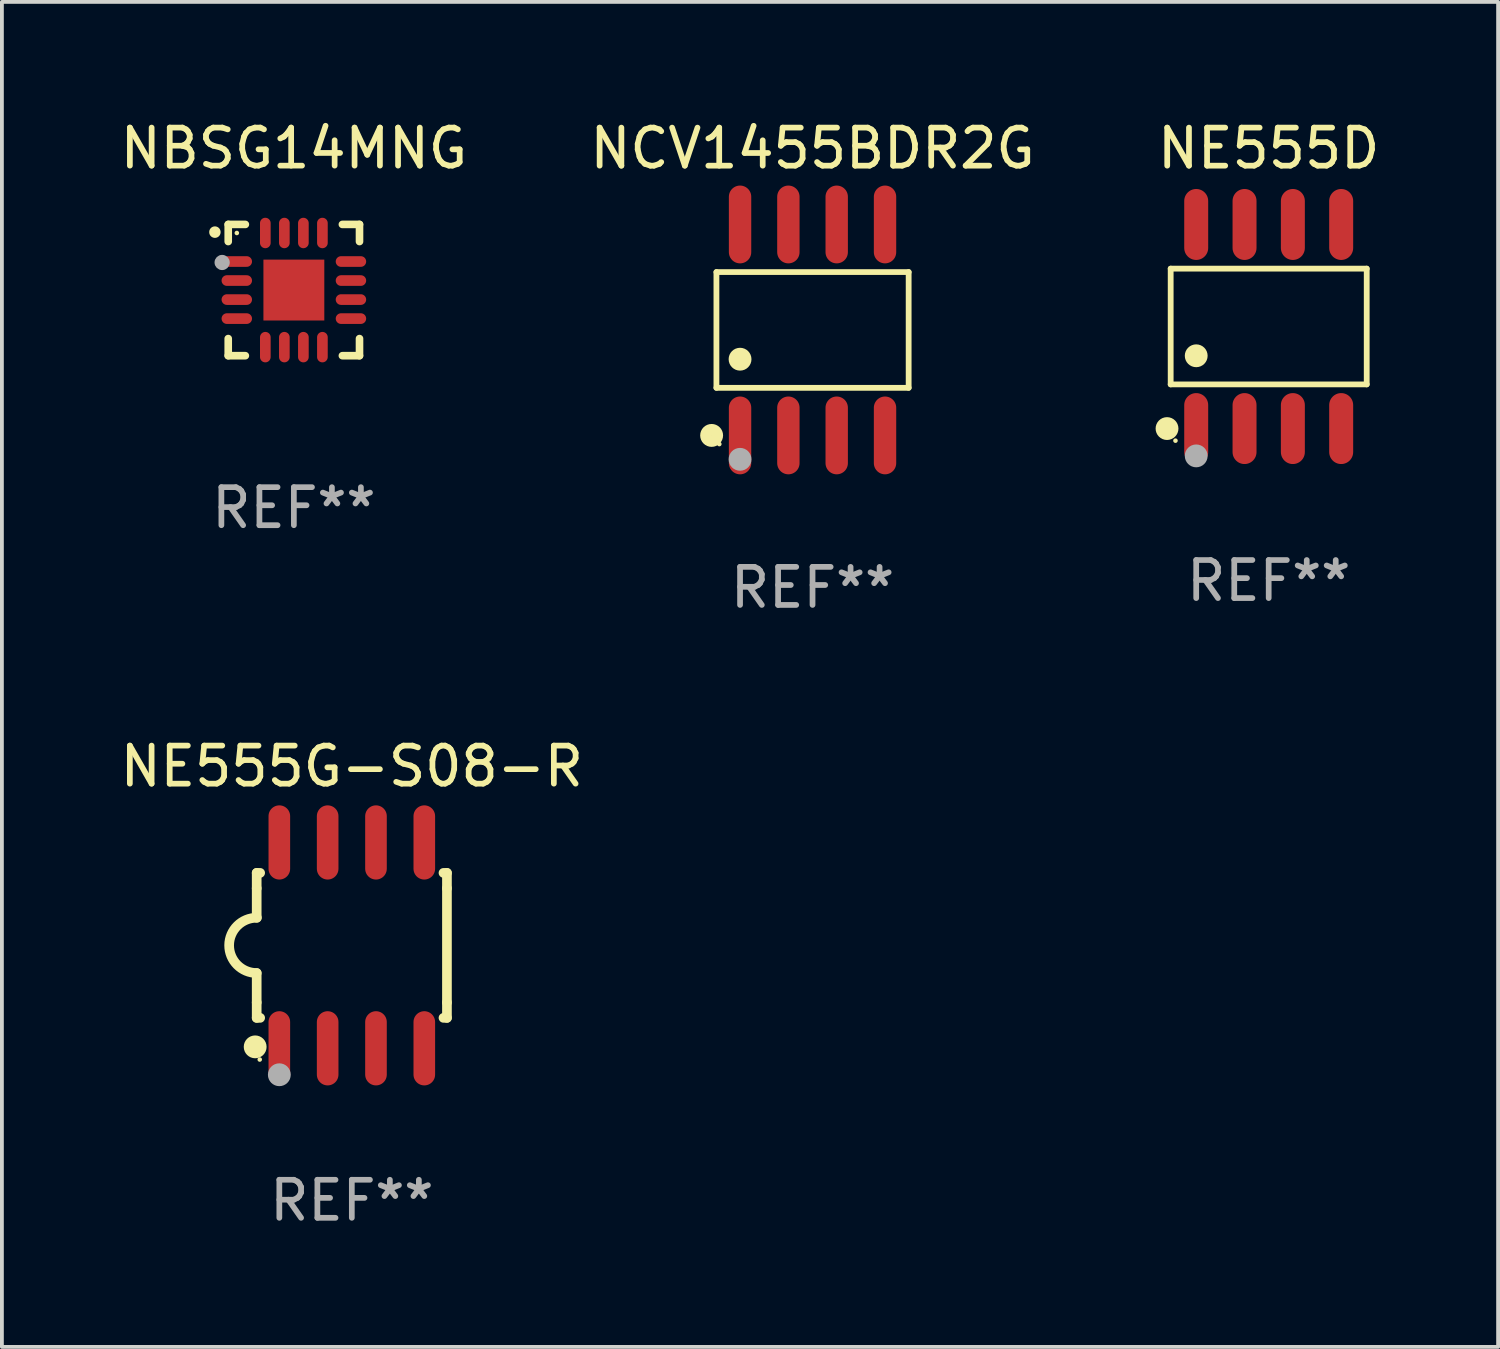
<source format=kicad_pcb>
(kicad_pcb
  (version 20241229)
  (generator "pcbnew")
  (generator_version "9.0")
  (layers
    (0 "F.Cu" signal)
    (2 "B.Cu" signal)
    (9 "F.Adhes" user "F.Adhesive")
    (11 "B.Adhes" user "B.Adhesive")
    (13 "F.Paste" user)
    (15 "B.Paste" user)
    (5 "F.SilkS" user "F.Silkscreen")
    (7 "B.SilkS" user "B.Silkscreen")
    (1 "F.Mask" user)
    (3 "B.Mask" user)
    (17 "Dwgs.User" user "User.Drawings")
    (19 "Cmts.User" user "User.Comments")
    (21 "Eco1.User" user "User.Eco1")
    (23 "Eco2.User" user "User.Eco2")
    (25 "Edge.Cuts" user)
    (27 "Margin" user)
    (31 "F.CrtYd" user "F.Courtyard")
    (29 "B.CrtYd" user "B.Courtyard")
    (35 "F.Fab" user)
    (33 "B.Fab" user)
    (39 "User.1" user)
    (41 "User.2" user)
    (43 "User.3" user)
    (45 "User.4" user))
  (footprint "NBSG14MNG"
    (layer "F.Cu")
    (at 4.673 4.573)
    (property "Reference" "NBSG14MNG" (at 0 -3.725 0) (layer "F.SilkS") (effects (font (size 1 1) (thickness 0.15))))
    (attr through_hole)
    (fp_line (start -1.725 -1.725) (end -1.275 -1.725) (stroke (width 0.2) (type solid)) (layer "F.SilkS"))
    (fp_line (start -1.725 -1.275) (end -1.725 -1.725) (stroke (width 0.2) (type solid)) (layer "F.SilkS"))
    (fp_line (start -1.725 1.725) (end -1.725 1.275) (stroke (width 0.2) (type solid)) (layer "F.SilkS"))
    (fp_line (start -1.275 1.725) (end -1.725 1.725) (stroke (width 0.2) (type solid)) (layer "F.SilkS"))
    (fp_line (start 1.275 -1.725) (end 1.725 -1.725) (stroke (width 0.2) (type solid)) (layer "F.SilkS"))
    (fp_line (start 1.275 1.725) (end 1.725 1.725) (stroke (width 0.2) (type solid)) (layer "F.SilkS"))
    (fp_line (start 1.725 -1.725) (end 1.725 -1.275) (stroke (width 0.2) (type solid)) (layer "F.SilkS"))
    (fp_line (start 1.725 1.725) (end 1.725 1.275) (stroke (width 0.2) (type solid)) (layer "F.SilkS"))
    (fp_arc (start -2.075184 -1.521463) (mid -2.075189 -1.522733) (end -2.075184 -1.524003) (stroke (width 0.3) (type solid)) (layer "F.SilkS"))
    (fp_circle (center -1.499 -1.5) (end -1.469 -1.5) (stroke (width 0.06) (type solid)) (fill no) (layer "F.SilkS"))
    (fp_circle (center -1.885 -0.725) (end -1.785 -0.725) (stroke (width 0.2) (type solid)) (fill no) (layer "F.Fab"))
    (fp_text user "REF**" (at 0 5.725 0) (layer "F.Fab") (effects (font (size 1 1) (thickness 0.15))))
    (pad "1" smd oval (at -1.5 -0.75 90) (size 0.28 0.8) (layers "F.Cu" "F.Mask" "F.Paste"))
    (pad "2" smd oval (at -1.5 -0.25 90) (size 0.28 0.8) (layers "F.Cu" "F.Mask" "F.Paste"))
    (pad "3" smd oval (at -1.5 0.25 90) (size 0.28 0.8) (layers "F.Cu" "F.Mask" "F.Paste"))
    (pad "4" smd oval (at -1.5 0.75 90) (size 0.28 0.8) (layers "F.Cu" "F.Mask" "F.Paste"))
    (pad "5" smd oval (at -0.75 1.5) (size 0.28 0.8) (layers "F.Cu" "F.Mask" "F.Paste"))
    (pad "6" smd oval (at -0.25 1.5) (size 0.28 0.8) (layers "F.Cu" "F.Mask" "F.Paste"))
    (pad "7" smd oval (at 0.25 1.5) (size 0.28 0.8) (layers "F.Cu" "F.Mask" "F.Paste"))
    (pad "8" smd oval (at 0.75 1.5) (size 0.28 0.8) (layers "F.Cu" "F.Mask" "F.Paste"))
    (pad "9" smd oval (at 1.5 0.75 90) (size 0.28 0.8) (layers "F.Cu" "F.Mask" "F.Paste"))
    (pad "10" smd oval (at 1.5 0.25 90) (size 0.28 0.8) (layers "F.Cu" "F.Mask" "F.Paste"))
    (pad "11" smd oval (at 1.5 -0.25 90) (size 0.28 0.8) (layers "F.Cu" "F.Mask" "F.Paste"))
    (pad "12" smd oval (at 1.5 -0.75 90) (size 0.28 0.8) (layers "F.Cu" "F.Mask" "F.Paste"))
    (pad "13" smd oval (at 0.75 -1.5) (size 0.28 0.8) (layers "F.Cu" "F.Mask" "F.Paste"))
    (pad "14" smd oval (at 0.25 -1.5) (size 0.28 0.8) (layers "F.Cu" "F.Mask" "F.Paste"))
    (pad "15" smd oval (at -0.25 -1.5) (size 0.28 0.8) (layers "F.Cu" "F.Mask" "F.Paste"))
    (pad "16" smd oval (at -0.75 -1.5) (size 0.28 0.8) (layers "F.Cu" "F.Mask" "F.Paste"))
    (pad "17" smd rect (at 0 -0.000051) (size 1.6 1.6) (layers "F.Cu" "F.Mask" "F.Paste")))
  (footprint "NCV1455BDR2G"
    (layer "F.Cu")
    (at 18.304 5.621)
    (property "Reference" "NCV1455BDR2G" (at 0 -4.772 0) (layer "F.SilkS") (effects (font (size 1 1) (thickness 0.15))))
    (attr through_hole)
    (fp_line (start -2.526 -1.521) (end 2.526 -1.521) (stroke (width 0.152) (type solid)) (layer "F.SilkS"))
    (fp_line (start -2.526 1.521) (end -2.526 -1.521) (stroke (width 0.152) (type solid)) (layer "F.SilkS"))
    (fp_line (start 2.526 -1.521) (end 2.526 1.521) (stroke (width 0.152) (type solid)) (layer "F.SilkS"))
    (fp_line (start 2.526 1.521) (end -2.526 1.521) (stroke (width 0.152) (type solid)) (layer "F.SilkS"))
    (fp_circle (center -2.652 2.772) (end -2.501 2.772) (stroke (width 0.3) (type solid)) (fill no) (layer "F.SilkS"))
    (fp_circle (center -2.45 3) (end -2.42 3) (stroke (width 0.06) (type solid)) (fill no) (layer "F.SilkS"))
    (fp_circle (center -1.905 0.769) (end -1.755 0.769) (stroke (width 0.3) (type solid)) (fill no) (layer "F.SilkS"))
    (fp_circle (center -1.905 3.4) (end -1.755 3.4) (stroke (width 0.3) (type solid)) (fill no) (layer "F.Fab"))
    (fp_text user "REF**" (at 0 6.772 0) (layer "F.Fab") (effects (font (size 1 1) (thickness 0.15))))
    (pad "1" smd oval (at -1.905 2.772) (size 0.588 2.045) (layers "F.Cu" "F.Mask" "F.Paste"))
    (pad "2" smd oval (at -0.635 2.772) (size 0.588 2.045) (layers "F.Cu" "F.Mask" "F.Paste"))
    (pad "3" smd oval (at 0.635 2.772) (size 0.588 2.045) (layers "F.Cu" "F.Mask" "F.Paste"))
    (pad "4" smd oval (at 1.905 2.772) (size 0.588 2.045) (layers "F.Cu" "F.Mask" "F.Paste"))
    (pad "5" smd oval (at 1.905 -2.772) (size 0.588 2.045) (layers "F.Cu" "F.Mask" "F.Paste"))
    (pad "6" smd oval (at 0.635 -2.772) (size 0.588 2.045) (layers "F.Cu" "F.Mask" "F.Paste"))
    (pad "7" smd oval (at -0.635 -2.772) (size 0.588 2.045) (layers "F.Cu" "F.Mask" "F.Paste"))
    (pad "8" smd oval (at -1.905 -2.772) (size 0.588 2.045) (layers "F.Cu" "F.Mask" "F.Paste")))
  (footprint "NE555D"
    (layer "F.Cu")
    (at 30.292 5.531)
    (property "Reference" "NE555D" (at 0 -4.682 0) (layer "F.SilkS") (effects (font (size 1 1) (thickness 0.15))))
    (attr through_hole)
    (fp_line (start -2.576 -1.521) (end 2.576 -1.521) (stroke (width 0.152) (type solid)) (layer "F.SilkS"))
    (fp_line (start -2.576 1.521) (end -2.576 -1.521) (stroke (width 0.152) (type solid)) (layer "F.SilkS"))
    (fp_line (start 2.576 -1.521) (end 2.576 1.521) (stroke (width 0.152) (type solid)) (layer "F.SilkS"))
    (fp_line (start 2.576 1.521) (end -2.576 1.521) (stroke (width 0.152) (type solid)) (layer "F.SilkS"))
    (fp_circle (center -2.672 2.682) (end -2.522 2.682) (stroke (width 0.3) (type solid)) (fill no) (layer "F.SilkS"))
    (fp_circle (center -2.45 3) (end -2.42 3) (stroke (width 0.06) (type solid)) (fill no) (layer "F.SilkS"))
    (fp_circle (center -1.905 0.769) (end -1.755 0.769) (stroke (width 0.3) (type solid)) (fill no) (layer "F.SilkS"))
    (fp_circle (center -1.905 3.4) (end -1.755 3.4) (stroke (width 0.3) (type solid)) (fill no) (layer "F.Fab"))
    (fp_text user "REF**" (at 0 6.682 0) (layer "F.Fab") (effects (font (size 1 1) (thickness 0.15))))
    (pad "1" smd oval (at -1.905 2.682) (size 0.63 1.865) (layers "F.Cu" "F.Mask" "F.Paste"))
    (pad "2" smd oval (at -0.635 2.682) (size 0.63 1.865) (layers "F.Cu" "F.Mask" "F.Paste"))
    (pad "3" smd oval (at 0.635 2.682) (size 0.63 1.865) (layers "F.Cu" "F.Mask" "F.Paste"))
    (pad "4" smd oval (at 1.905 2.682) (size 0.63 1.865) (layers "F.Cu" "F.Mask" "F.Paste"))
    (pad "5" smd oval (at 1.905 -2.682) (size 0.63 1.865) (layers "F.Cu" "F.Mask" "F.Paste"))
    (pad "6" smd oval (at 0.635 -2.682) (size 0.63 1.865) (layers "F.Cu" "F.Mask" "F.Paste"))
    (pad "7" smd oval (at -0.635 -2.682) (size 0.63 1.865) (layers "F.Cu" "F.Mask" "F.Paste"))
    (pad "8" smd oval (at -1.905 -2.682) (size 0.63 1.865) (layers "F.Cu" "F.Mask" "F.Paste")))
  (footprint "NE555G-S08-R"
    (layer "F.Cu")
    (at 6.196 21.795)
    (property "Reference" "NE555G-S08-R" (at 0 -4.705 0) (layer "F.SilkS") (effects (font (size 1 1) (thickness 0.15))))
    (attr through_hole)
    (fp_line (start -2.5 -1.905) (end -2.409 -1.905) (stroke (width 0.254) (type solid)) (layer "F.SilkS"))
    (fp_line (start -2.5 -1.5) (end -2.5 -1.905) (stroke (width 0.254) (type solid)) (layer "F.SilkS"))
    (fp_line (start -2.5 -1.5) (end -2.5 -0.726) (stroke (width 0.254) (type solid)) (layer "F.SilkS"))
    (fp_line (start -2.5 1.5) (end -2.5 0.727) (stroke (width 0.254) (type solid)) (layer "F.SilkS"))
    (fp_line (start -2.5 1.5) (end -2.5 1.905) (stroke (width 0.254) (type solid)) (layer "F.SilkS"))
    (fp_line (start -2.5 1.905) (end -2.409 1.905) (stroke (width 0.254) (type solid)) (layer "F.SilkS"))
    (fp_line (start 2.5 -1.905) (end 2.409 -1.905) (stroke (width 0.254) (type solid)) (layer "F.SilkS"))
    (fp_line (start 2.5 -1.5) (end 2.5 -1.905) (stroke (width 0.254) (type solid)) (layer "F.SilkS"))
    (fp_line (start 2.5 -1.5) (end 2.5 1.5) (stroke (width 0.254) (type solid)) (layer "F.SilkS"))
    (fp_line (start 2.5 1.5) (end 2.5 1.905) (stroke (width 0.254) (type solid)) (layer "F.SilkS"))
    (fp_line (start 2.5 1.905) (end 2.409 1.905) (stroke (width 0.254) (type solid)) (layer "F.SilkS"))
    (fp_arc (start -2.5 0.726568) (mid -3.220316 -0.0023) (end -2.495097 -0.726289) (stroke (width 0.254001) (type solid)) (layer "F.SilkS"))
    (fp_circle (center -2.54 2.667) (end -2.39 2.667) (stroke (width 0.3) (type solid)) (fill no) (layer "F.SilkS"))
    (fp_circle (center -2.42 3) (end -2.39 3) (stroke (width 0.06) (type solid)) (fill no) (layer "F.SilkS"))
    (fp_circle (center -1.905 3.4) (end -1.755 3.4) (stroke (width 0.3) (type solid)) (fill no) (layer "F.Fab"))
    (fp_text user "REF**" (at 0 6.705 0) (layer "F.Fab") (effects (font (size 1 1) (thickness 0.15))))
    (pad "1" smd oval (at -1.905 2.705) (size 0.568 1.95) (layers "F.Cu" "F.Mask" "F.Paste"))
    (pad "2" smd oval (at -0.635 2.705) (size 0.568 1.95) (layers "F.Cu" "F.Mask" "F.Paste"))
    (pad "3" smd oval (at 0.635 2.705) (size 0.568 1.95) (layers "F.Cu" "F.Mask" "F.Paste"))
    (pad "4" smd oval (at 1.905 2.705) (size 0.568 1.95) (layers "F.Cu" "F.Mask" "F.Paste"))
    (pad "5" smd oval (at 1.905 -2.705) (size 0.568 1.95) (layers "F.Cu" "F.Mask" "F.Paste"))
    (pad "6" smd oval (at 0.635 -2.705) (size 0.568 1.95) (layers "F.Cu" "F.Mask" "F.Paste"))
    (pad "7" smd oval (at -0.635 -2.705) (size 0.568 1.95) (layers "F.Cu" "F.Mask" "F.Paste"))
    (pad "8" smd oval (at -1.905 -2.705) (size 0.568 1.95) (layers "F.Cu" "F.Mask" "F.Paste")))
  (gr_rect
    (start -3 -3)
    (end 36.321 32.348)
    (stroke (width 0.1) (type default))
    (fill no)
    (layer "Edge.Cuts")))
</source>
